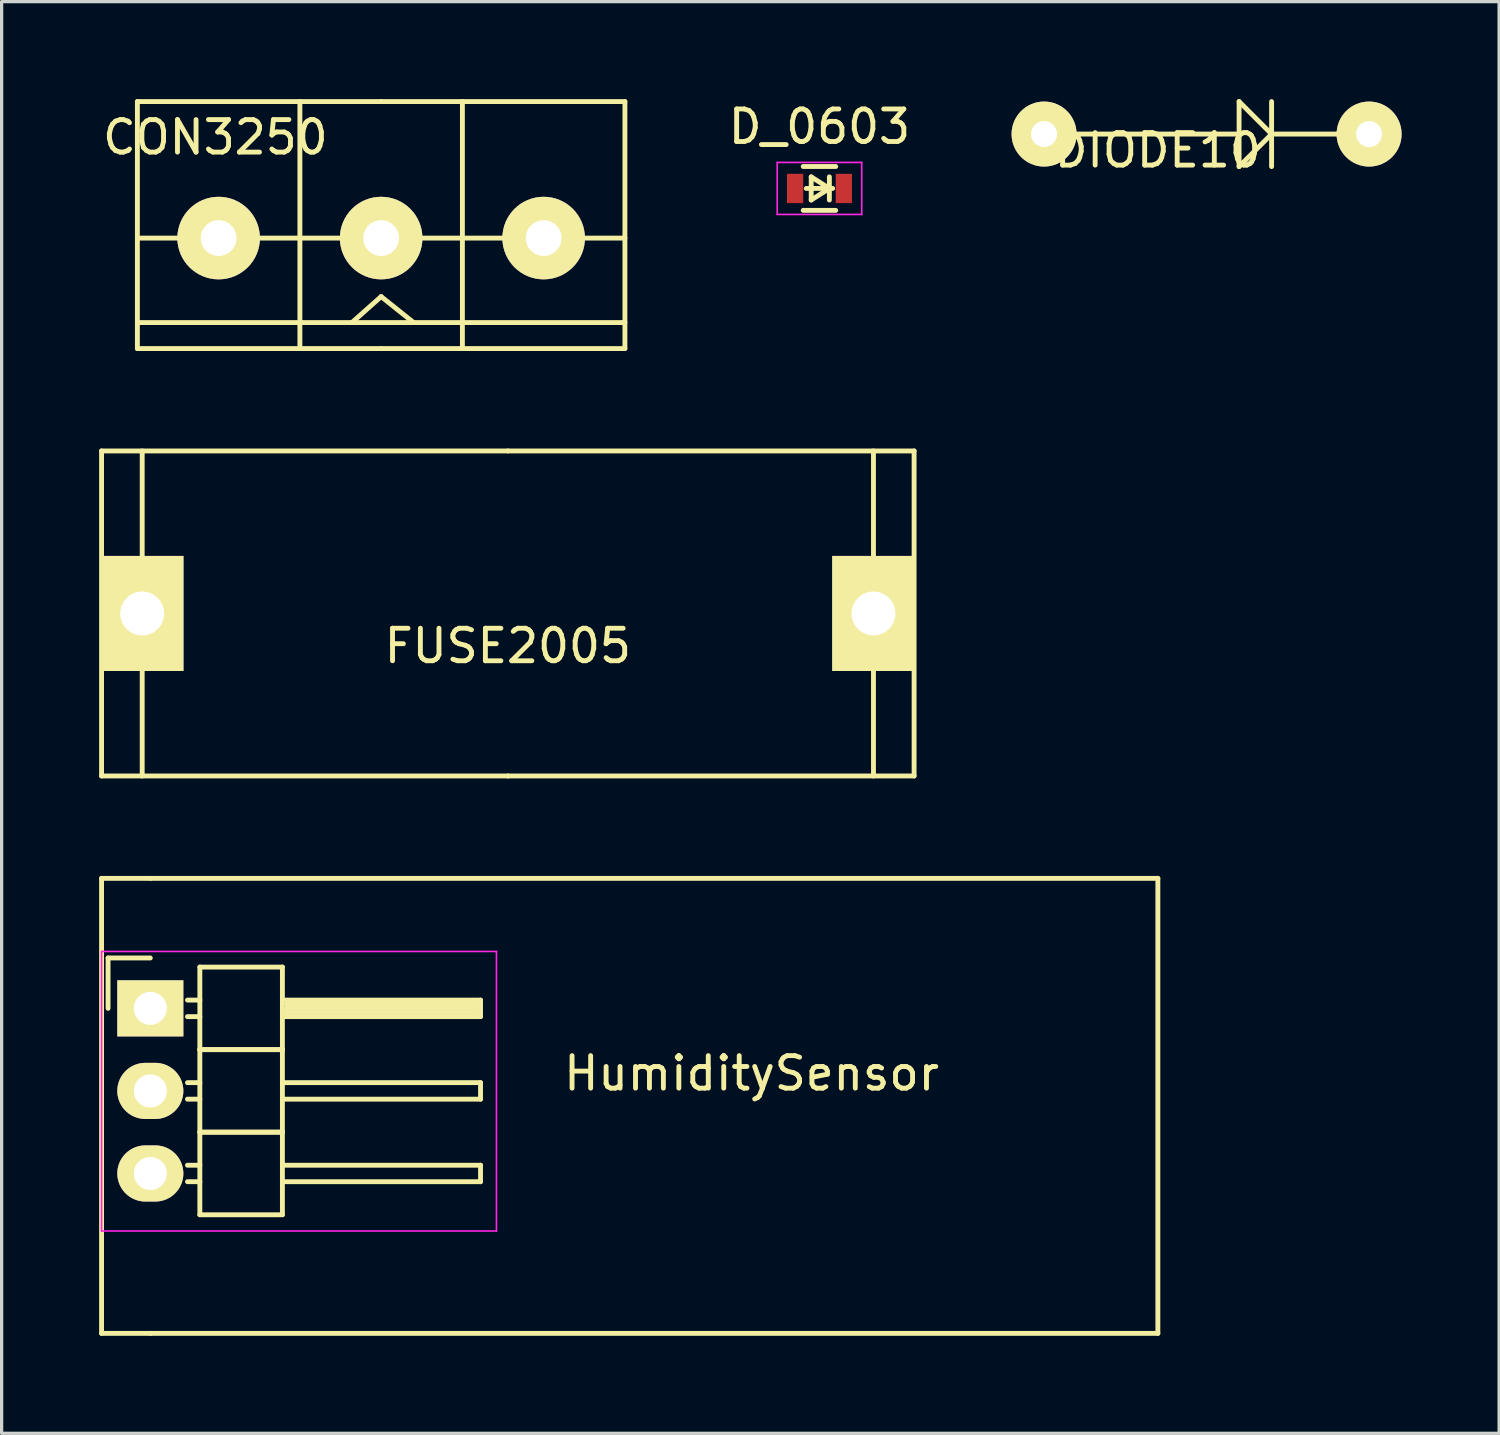
<source format=kicad_pcb>
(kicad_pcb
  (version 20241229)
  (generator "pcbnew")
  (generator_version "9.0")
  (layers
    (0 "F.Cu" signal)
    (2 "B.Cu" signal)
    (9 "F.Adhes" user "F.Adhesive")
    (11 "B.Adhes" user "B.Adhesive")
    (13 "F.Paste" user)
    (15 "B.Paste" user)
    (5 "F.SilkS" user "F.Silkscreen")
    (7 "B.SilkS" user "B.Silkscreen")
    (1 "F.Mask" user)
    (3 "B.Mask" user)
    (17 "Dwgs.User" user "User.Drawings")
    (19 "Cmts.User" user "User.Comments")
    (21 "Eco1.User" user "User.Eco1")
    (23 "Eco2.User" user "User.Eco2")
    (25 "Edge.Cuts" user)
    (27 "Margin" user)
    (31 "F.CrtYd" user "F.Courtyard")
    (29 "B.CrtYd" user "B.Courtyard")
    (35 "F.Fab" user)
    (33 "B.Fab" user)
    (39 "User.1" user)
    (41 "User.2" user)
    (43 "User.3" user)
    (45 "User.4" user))
  (footprint "HumiditySensor"
    (layer "F.Cu")
    (at 1.575 27.975)
    (property "Reference" "HumiditySensor" (at 18.5 2 0) (layer "F.SilkS") (effects (font (size 1 1) (thickness 0.15))))
    (attr through_hole)
    (fp_line (start -1.5 -4) (end 0 -4) (stroke (width 0.15) (type solid)) (layer "F.SilkS"))
    (fp_line (start -1.5 10) (end -1.5 -4) (stroke (width 0.15) (type solid)) (layer "F.SilkS"))
    (fp_line (start -1.3 -1.55) (end -1.3 0) (stroke (width 0.15) (type solid)) (layer "F.SilkS"))
    (fp_line (start 0 -4) (end 31 -4) (stroke (width 0.15) (type solid)) (layer "F.SilkS"))
    (fp_line (start 0 -1.55) (end -1.3 -1.55) (stroke (width 0.15) (type solid)) (layer "F.SilkS"))
    (fp_line (start 0 10) (end -1.5 10) (stroke (width 0.15) (type solid)) (layer "F.SilkS"))
    (fp_line (start 1.524 -1.27) (end 1.524 1.27) (stroke (width 0.15) (type solid)) (layer "F.SilkS"))
    (fp_line (start 1.524 -1.27) (end 4.064 -1.27) (stroke (width 0.15) (type solid)) (layer "F.SilkS"))
    (fp_line (start 1.524 -0.254) (end 1.143 -0.254) (stroke (width 0.15) (type solid)) (layer "F.SilkS"))
    (fp_line (start 1.524 0.254) (end 1.143 0.254) (stroke (width 0.15) (type solid)) (layer "F.SilkS"))
    (fp_line (start 1.524 1.27) (end 1.524 3.81) (stroke (width 0.15) (type solid)) (layer "F.SilkS"))
    (fp_line (start 1.524 1.27) (end 4.064 1.27) (stroke (width 0.15) (type solid)) (layer "F.SilkS"))
    (fp_line (start 1.524 1.27) (end 4.064 1.27) (stroke (width 0.15) (type solid)) (layer "F.SilkS"))
    (fp_line (start 1.524 2.286) (end 1.143 2.286) (stroke (width 0.15) (type solid)) (layer "F.SilkS"))
    (fp_line (start 1.524 2.794) (end 1.143 2.794) (stroke (width 0.15) (type solid)) (layer "F.SilkS"))
    (fp_line (start 1.524 3.81) (end 1.524 6.35) (stroke (width 0.15) (type solid)) (layer "F.SilkS"))
    (fp_line (start 1.524 3.81) (end 4.064 3.81) (stroke (width 0.15) (type solid)) (layer "F.SilkS"))
    (fp_line (start 1.524 3.81) (end 4.064 3.81) (stroke (width 0.15) (type solid)) (layer "F.SilkS"))
    (fp_line (start 1.524 4.826) (end 1.143 4.826) (stroke (width 0.15) (type solid)) (layer "F.SilkS"))
    (fp_line (start 1.524 5.334) (end 1.143 5.334) (stroke (width 0.15) (type solid)) (layer "F.SilkS"))
    (fp_line (start 1.524 6.35) (end 4.064 6.35) (stroke (width 0.15) (type solid)) (layer "F.SilkS"))
    (fp_line (start 4.064 -0.254) (end 10.16 -0.254) (stroke (width 0.15) (type solid)) (layer "F.SilkS"))
    (fp_line (start 4.064 1.27) (end 4.064 -1.27) (stroke (width 0.15) (type solid)) (layer "F.SilkS"))
    (fp_line (start 4.064 2.286) (end 10.16 2.286) (stroke (width 0.15) (type solid)) (layer "F.SilkS"))
    (fp_line (start 4.064 3.81) (end 4.064 1.27) (stroke (width 0.15) (type solid)) (layer "F.SilkS"))
    (fp_line (start 4.064 4.826) (end 10.16 4.826) (stroke (width 0.15) (type solid)) (layer "F.SilkS"))
    (fp_line (start 4.064 6.35) (end 4.064 3.81) (stroke (width 0.15) (type solid)) (layer "F.SilkS"))
    (fp_line (start 4.191 -0.127) (end 10.033 -0.127) (stroke (width 0.15) (type solid)) (layer "F.SilkS"))
    (fp_line (start 4.191 0) (end 10.033 0) (stroke (width 0.15) (type solid)) (layer "F.SilkS"))
    (fp_line (start 4.191 0.127) (end 4.191 0) (stroke (width 0.15) (type solid)) (layer "F.SilkS"))
    (fp_line (start 10.033 -0.127) (end 10.033 0.127) (stroke (width 0.15) (type solid)) (layer "F.SilkS"))
    (fp_line (start 10.033 0.127) (end 4.191 0.127) (stroke (width 0.15) (type solid)) (layer "F.SilkS"))
    (fp_line (start 10.16 -0.254) (end 10.16 0.254) (stroke (width 0.15) (type solid)) (layer "F.SilkS"))
    (fp_line (start 10.16 0.254) (end 4.064 0.254) (stroke (width 0.15) (type solid)) (layer "F.SilkS"))
    (fp_line (start 10.16 2.286) (end 10.16 2.794) (stroke (width 0.15) (type solid)) (layer "F.SilkS"))
    (fp_line (start 10.16 2.794) (end 4.064 2.794) (stroke (width 0.15) (type solid)) (layer "F.SilkS"))
    (fp_line (start 10.16 4.826) (end 10.16 5.334) (stroke (width 0.15) (type solid)) (layer "F.SilkS"))
    (fp_line (start 10.16 5.334) (end 4.064 5.334) (stroke (width 0.15) (type solid)) (layer "F.SilkS"))
    (fp_line (start 31 -4) (end 31 10) (stroke (width 0.15) (type solid)) (layer "F.SilkS"))
    (fp_line (start 31 10) (end 0 10) (stroke (width 0.15) (type solid)) (layer "F.SilkS"))
    (fp_line (start -1.5 -1.75) (end -1.5 6.85) (stroke (width 0.05) (type solid)) (layer "F.CrtYd"))
    (fp_line (start -1.5 -1.75) (end 10.65 -1.75) (stroke (width 0.05) (type solid)) (layer "F.CrtYd"))
    (fp_line (start -1.5 6.85) (end 10.65 6.85) (stroke (width 0.05) (type solid)) (layer "F.CrtYd"))
    (fp_line (start 10.65 -1.75) (end 10.65 6.85) (stroke (width 0.05) (type solid)) (layer "F.CrtYd"))
    (pad "1" thru_hole rect (at 0 0) (size 2.032 1.727) (drill 1.016) (layers "*.Cu" "*.Mask" "F.SilkS"))
    (pad "2" thru_hole oval (at 0 2.54) (size 2.032 1.727) (drill 1.016) (layers "*.Cu" "*.Mask" "F.SilkS"))
    (pad "3" thru_hole oval (at 0 5.08) (size 2.032 1.727) (drill 1.016) (layers "*.Cu" "*.Mask" "F.SilkS")))
  (footprint "FUSE2005"
    (layer "F.Cu")
    (at 12.575 15.825)
    (property "Reference" "FUSE2005" (at 0 1 0) (layer "F.SilkS") (effects (font (size 1 1) (thickness 0.15))))
    (attr through_hole)
    (fp_line (start -12.5 -5) (end 0 -5) (stroke (width 0.15) (type solid)) (layer "F.SilkS"))
    (fp_line (start -12.5 5) (end -12.5 -5) (stroke (width 0.15) (type solid)) (layer "F.SilkS"))
    (fp_line (start -11.25 -5) (end -11.25 5) (stroke (width 0.15) (type solid)) (layer "F.SilkS"))
    (fp_line (start 0 -5) (end 12.5 -5) (stroke (width 0.15) (type solid)) (layer "F.SilkS"))
    (fp_line (start 0 5) (end -12.5 5) (stroke (width 0.15) (type solid)) (layer "F.SilkS"))
    (fp_line (start 11.25 -5) (end 11.25 5) (stroke (width 0.15) (type solid)) (layer "F.SilkS"))
    (fp_line (start 12.5 -5) (end 12.5 5) (stroke (width 0.15) (type solid)) (layer "F.SilkS"))
    (fp_line (start 12.5 5) (end 0 5) (stroke (width 0.15) (type solid)) (layer "F.SilkS"))
    (pad "1" thru_hole rect (at -11.25 0) (size 2.54 3.54) (drill 1.35) (layers "*.Cu" "*.Mask" "F.SilkS"))
    (pad "2" thru_hole rect (at 11.25 0) (size 2.54 3.54) (drill 1.35) (layers "*.Cu" "*.Mask" "F.SilkS")))
  (footprint "DIODE10"
    (layer "F.Cu")
    (at 34.074 1.075)
    (property "Reference" "DIODE10" (at -1.5 0.5 0) (layer "F.SilkS") (effects (font (size 1 1) (thickness 0.15))))
    (attr through_hole)
    (fp_line (start -5 0) (end 1 0) (stroke (width 0.15) (type solid)) (layer "F.SilkS"))
    (fp_line (start 1 -1) (end 1 1) (stroke (width 0.15) (type solid)) (layer "F.SilkS"))
    (fp_line (start 1 -1) (end 2 0) (stroke (width 0.15) (type solid)) (layer "F.SilkS"))
    (fp_line (start 2 -1) (end 2 1) (stroke (width 0.15) (type solid)) (layer "F.SilkS"))
    (fp_line (start 2 0) (end 1 1) (stroke (width 0.15) (type solid)) (layer "F.SilkS"))
    (fp_line (start 2 0) (end 5 0) (stroke (width 0.15) (type solid)) (layer "F.SilkS"))
    (pad "1" thru_hole circle (at -5 0) (size 2 2) (drill 0.8) (layers "*.Cu" "*.Mask" "F.SilkS"))
    (pad "2" thru_hole circle (at 5 0) (size 2 2) (drill 0.8) (layers "*.Cu" "*.Mask" "F.SilkS")))
  (footprint "D_0603"
    (layer "F.Cu")
    (at 22.163 2.748)
    (property "Reference" "D_0603" (at 0 -1.9 0) (layer "F.SilkS") (effects (font (size 1 1) (thickness 0.15))))
    (attr smd)
    (fp_line (start -0.5 -0.675) (end 0.5 -0.675) (stroke (width 0.15) (type solid)) (layer "F.SilkS"))
    (fp_line (start -0.406 0) (end 0.406 0) (stroke (width 0.15) (type solid)) (layer "F.SilkS"))
    (fp_line (start -0.254 -0.356) (end -0.254 0.356) (stroke (width 0.15) (type solid)) (layer "F.SilkS"))
    (fp_line (start -0.254 0.356) (end 0.305 0) (stroke (width 0.15) (type solid)) (layer "F.SilkS"))
    (fp_line (start 0.305 0) (end -0.254 -0.356) (stroke (width 0.15) (type solid)) (layer "F.SilkS"))
    (fp_line (start 0.305 0.356) (end 0.305 -0.356) (stroke (width 0.15) (type solid)) (layer "F.SilkS"))
    (fp_line (start 0.5 0.675) (end -0.5 0.675) (stroke (width 0.15) (type solid)) (layer "F.SilkS"))
    (fp_line (start -1.3 -0.8) (end -1.3 0.8) (stroke (width 0.05) (type solid)) (layer "F.CrtYd"))
    (fp_line (start -1.3 -0.8) (end 1.3 -0.8) (stroke (width 0.05) (type solid)) (layer "F.CrtYd"))
    (fp_line (start -1.3 0.8) (end 1.3 0.8) (stroke (width 0.05) (type solid)) (layer "F.CrtYd"))
    (fp_line (start 1.3 -0.8) (end 1.3 0.8) (stroke (width 0.05) (type solid)) (layer "F.CrtYd"))
    (pad "A" smd rect (at -0.75 0) (size 0.5 0.9) (layers "F.Cu" "F.Mask" "F.Paste"))
    (pad "K" smd rect (at 0.75 0) (size 0.5 0.9) (layers "F.Cu" "F.Mask" "F.Paste")))
  (footprint "CON3250"
    (layer "F.Cu")
    (at 8.677 3.875)
    (property "Reference" "CON3250" (at -5.1 -2.7 0) (layer "F.SilkS") (effects (font (size 1 1) (thickness 0.15))))
    (attr through_hole)
    (fp_line (start -7.5 -3.8) (end 0 -3.8) (stroke (width 0.15) (type solid)) (layer "F.SilkS"))
    (fp_line (start -7.5 0.4) (end 7.5 0.4) (stroke (width 0.15) (type solid)) (layer "F.SilkS"))
    (fp_line (start -7.5 3) (end 7.5 3) (stroke (width 0.15) (type solid)) (layer "F.SilkS"))
    (fp_line (start -7.5 3.8) (end -7.5 -3.8) (stroke (width 0.15) (type solid)) (layer "F.SilkS"))
    (fp_line (start -2.5 3.8) (end -2.5 -3.8) (stroke (width 0.15) (type solid)) (layer "F.SilkS"))
    (fp_line (start -0.9 3) (end 0 2.2) (stroke (width 0.15) (type solid)) (layer "F.SilkS"))
    (fp_line (start 0 -3.8) (end 7.5 -3.8) (stroke (width 0.15) (type solid)) (layer "F.SilkS"))
    (fp_line (start 0 2.2) (end 1 3) (stroke (width 0.15) (type solid)) (layer "F.SilkS"))
    (fp_line (start 0 3.8) (end -7.5 3.8) (stroke (width 0.15) (type solid)) (layer "F.SilkS"))
    (fp_line (start 2.5 -3.8) (end 2.5 3.8) (stroke (width 0.15) (type solid)) (layer "F.SilkS"))
    (fp_line (start 7.5 -3.8) (end 7.5 3.8) (stroke (width 0.15) (type solid)) (layer "F.SilkS"))
    (fp_line (start 7.5 3.8) (end 0 3.8) (stroke (width 0.15) (type solid)) (layer "F.SilkS"))
    (pad "1" thru_hole circle (at -5 0.4) (size 2.54 2.54) (drill 1.1) (layers "*.Cu" "*.Mask" "F.SilkS"))
    (pad "2" thru_hole circle (at 0 0.4) (size 2.54 2.54) (drill 1.1) (layers "*.Cu" "*.Mask" "F.SilkS"))
    (pad "3" thru_hole circle (at 5 0.4) (size 2.54 2.54) (drill 1.1) (layers "*.Cu" "*.Mask" "F.SilkS")))
  (gr_rect
    (start -3 -3)
    (end 43.074 41.05)
    (stroke (width 0.1) (type default))
    (fill no)
    (layer "Edge.Cuts")))
</source>
